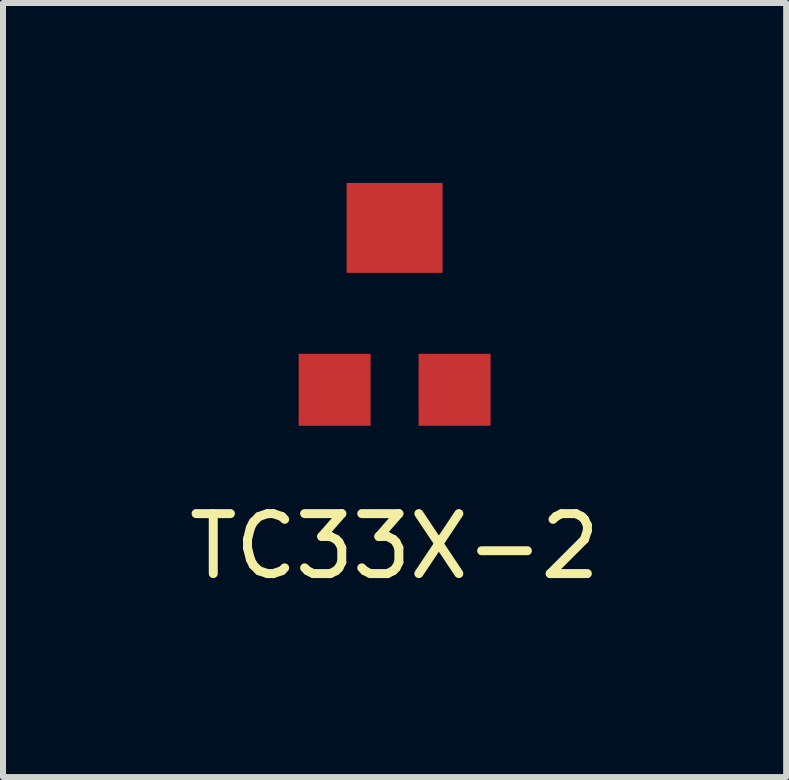
<source format=kicad_pcb>
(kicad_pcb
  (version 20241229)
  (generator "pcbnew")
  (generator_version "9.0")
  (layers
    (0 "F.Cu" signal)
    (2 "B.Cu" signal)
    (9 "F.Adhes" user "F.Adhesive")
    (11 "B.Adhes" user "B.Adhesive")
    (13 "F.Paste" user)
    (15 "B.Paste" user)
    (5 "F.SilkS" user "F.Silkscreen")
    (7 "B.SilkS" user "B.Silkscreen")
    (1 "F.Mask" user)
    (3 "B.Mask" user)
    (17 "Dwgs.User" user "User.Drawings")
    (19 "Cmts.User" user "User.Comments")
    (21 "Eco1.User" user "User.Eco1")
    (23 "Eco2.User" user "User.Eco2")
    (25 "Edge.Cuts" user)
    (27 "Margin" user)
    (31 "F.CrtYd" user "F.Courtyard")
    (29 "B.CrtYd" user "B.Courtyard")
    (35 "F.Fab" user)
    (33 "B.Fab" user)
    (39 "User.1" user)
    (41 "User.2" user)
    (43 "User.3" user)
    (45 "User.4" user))
  (footprint "TC33X-2"
    (layer "F.Cu")
    (at 3.53 2.25)
    (property "Reference" "TC33X-2" (at 0 3.81 0) (layer "F.SilkS") (effects (font (size 1 1) (thickness 0.15))))
    (attr through_hole)
    (pad "1" smd rect (at -1 1.2) (size 1.2 1.2) (layers "F.Cu" "F.Mask" "F.Paste"))
    (pad "2" smd rect (at 0 -1.5) (size 1.6 1.5) (layers "F.Cu" "F.Mask" "F.Paste"))
    (pad "3" smd rect (at 1 1.2) (size 1.2 1.2) (layers "F.Cu" "F.Mask" "F.Paste")))
  (gr_rect
    (start -3 -3)
    (end 10.06 9.908)
    (stroke (width 0.1) (type default))
    (fill no)
    (layer "Edge.Cuts")))
</source>
